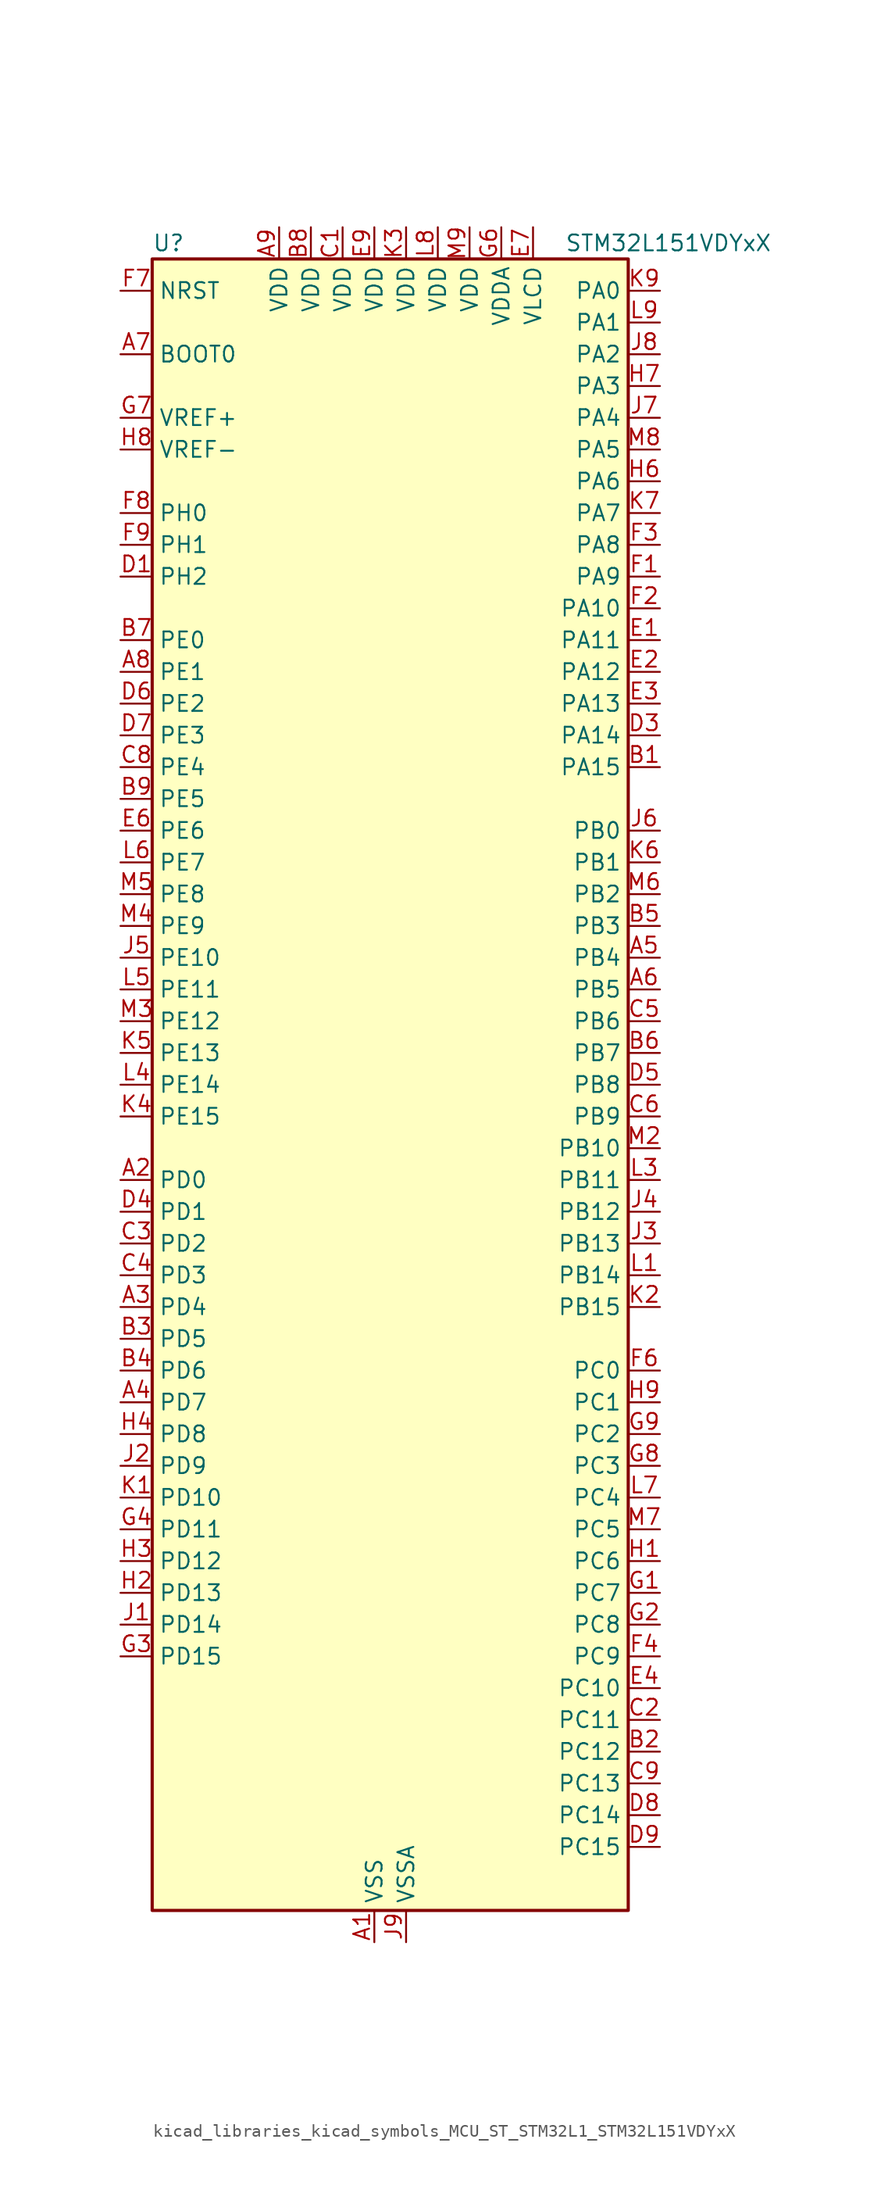
<source format=kicad_sym>
(kicad_symbol_lib
  (version 20220914)
  (generator kicad_symbol_editor)
  (symbol "kicad_libraries_kicad_symbols_MCU_ST_STM32L1_STM32L151VDYxX"
    (property "Reference" "U"
      (at -17.78 67.31 0)
      (effects (font (size 1.27 1.27)) (justify left)))
    (property "Value" "STM32L151VDYxX"
      (at 15.24 67.31 0)
      (effects (font (size 1.27 1.27)) (justify left)))
    (property "ki_locked" ""
      (at 0 0 0)
      (effects (font (size 1.27 1.27))))
    (symbol "kicad_libraries_kicad_symbols_MCU_ST_STM32L1_STM32L151VDYxX_0_1"
      (rectangle (start -17.78 -66.04) (end 20.32 66.04) (stroke (width 0.254) (type default)) (fill (type background))))
    (symbol "kicad_libraries_kicad_symbols_MCU_ST_STM32L1_STM32L151VDYxX_1_1"
      (pin power_in line (at 0 -68.58 90) (length 2.54) (name "VSS" (effects (font (size 1.27 1.27)))) (number "A1" (effects (font (size 1.27 1.27)))))
      (pin bidirectional line (at -20.32 -7.62 0) (length 2.54) (name "PD0" (effects (font (size 1.27 1.27)))) (number "A2" (effects (font (size 1.27 1.27)))) (alternate "I2S2_WS" bidirectional line) (alternate "SPI2_NSS" bidirectional line) (alternate "TIM9_CH1" bidirectional line) (alternate "TIMX_IC1" bidirectional line))
      (pin bidirectional line (at -20.32 -17.78 0) (length 2.54) (name "PD4" (effects (font (size 1.27 1.27)))) (number "A3" (effects (font (size 1.27 1.27)))) (alternate "I2S2_SD" bidirectional line) (alternate "SPI2_MOSI" bidirectional line) (alternate "TIMX_IC1" bidirectional line) (alternate "USART2_RTS" bidirectional line))
      (pin bidirectional line (at -20.32 -25.4 0) (length 2.54) (name "PD7" (effects (font (size 1.27 1.27)))) (number "A4" (effects (font (size 1.27 1.27)))) (alternate "TIM9_CH2" bidirectional line) (alternate "TIMX_IC4" bidirectional line) (alternate "USART2_CK" bidirectional line))
      (pin bidirectional line (at 22.86 10.16 180) (length 2.54) (name "PB4" (effects (font (size 1.27 1.27)))) (number "A5" (effects (font (size 1.27 1.27)))) (alternate "COMP2_INP" bidirectional line) (alternate "SPI1_MISO" bidirectional line) (alternate "SPI3_MISO" bidirectional line) (alternate "SYS_JTRST" bidirectional line) (alternate "TIM3_CH1" bidirectional line) (alternate "TS_G6_IO1" bidirectional line))
      (pin bidirectional line (at 22.86 7.62 180) (length 2.54) (name "PB5" (effects (font (size 1.27 1.27)))) (number "A6" (effects (font (size 1.27 1.27)))) (alternate "COMP2_INP" bidirectional line) (alternate "I2C1_SMBA" bidirectional line) (alternate "I2S3_SD" bidirectional line) (alternate "SPI1_MOSI" bidirectional line) (alternate "SPI3_MOSI" bidirectional line) (alternate "TIM3_CH2" bidirectional line) (alternate "TS_G6_IO2" bidirectional line))
      (pin input line (at -20.32 58.42 0) (length 2.54) (name "BOOT0" (effects (font (size 1.27 1.27)))) (number "A7" (effects (font (size 1.27 1.27)))))
      (pin bidirectional line (at -20.32 33.02 0) (length 2.54) (name "PE1" (effects (font (size 1.27 1.27)))) (number "A8" (effects (font (size 1.27 1.27)))) (alternate "TIM11_CH1" bidirectional line) (alternate "TIMX_IC2" bidirectional line))
      (pin power_in line (at -7.62 68.58 270) (length 2.54) (name "VDD" (effects (font (size 1.27 1.27)))) (number "A9" (effects (font (size 1.27 1.27)))))
      (pin bidirectional line (at 22.86 25.4 180) (length 2.54) (name "PA15" (effects (font (size 1.27 1.27)))) (number "B1" (effects (font (size 1.27 1.27)))) (alternate "ADC_EXTI15" bidirectional line) (alternate "I2S3_WS" bidirectional line) (alternate "SPI1_NSS" bidirectional line) (alternate "SPI3_NSS" bidirectional line) (alternate "SYS_JTDI" bidirectional line) (alternate "TIM2_CH1" bidirectional line) (alternate "TIM2_ETR" bidirectional line) (alternate "TIMX_IC4" bidirectional line) (alternate "TS_G5_IO3" bidirectional line))
      (pin bidirectional line (at 22.86 -53.34 180) (length 2.54) (name "PC12" (effects (font (size 1.27 1.27)))) (number "B2" (effects (font (size 1.27 1.27)))) (alternate "I2S3_SD" bidirectional line) (alternate "SPI3_MOSI" bidirectional line) (alternate "TIMX_IC1" bidirectional line) (alternate "UART5_TX" bidirectional line) (alternate "USART3_CK" bidirectional line))
      (pin bidirectional line (at -20.32 -20.32 0) (length 2.54) (name "PD5" (effects (font (size 1.27 1.27)))) (number "B3" (effects (font (size 1.27 1.27)))) (alternate "TIMX_IC2" bidirectional line) (alternate "USART2_TX" bidirectional line))
      (pin bidirectional line (at -20.32 -22.86 0) (length 2.54) (name "PD6" (effects (font (size 1.27 1.27)))) (number "B4" (effects (font (size 1.27 1.27)))) (alternate "TIMX_IC3" bidirectional line) (alternate "USART2_RX" bidirectional line))
      (pin bidirectional line (at 22.86 12.7 180) (length 2.54) (name "PB3" (effects (font (size 1.27 1.27)))) (number "B5" (effects (font (size 1.27 1.27)))) (alternate "COMP2_INM" bidirectional line) (alternate "I2S3_CK" bidirectional line) (alternate "SPI1_SCK" bidirectional line) (alternate "SPI3_SCK" bidirectional line) (alternate "SYS_JTDO-TRACESWO" bidirectional line) (alternate "TIM2_CH2" bidirectional line))
      (pin bidirectional line (at 22.86 2.54 180) (length 2.54) (name "PB7" (effects (font (size 1.27 1.27)))) (number "B6" (effects (font (size 1.27 1.27)))) (alternate "COMP2_INP" bidirectional line) (alternate "I2C1_SDA" bidirectional line) (alternate "SYS_PVD_IN" bidirectional line) (alternate "TIM4_CH2" bidirectional line) (alternate "TS_G6_IO4" bidirectional line) (alternate "USART1_RX" bidirectional line))
      (pin bidirectional line (at -20.32 35.56 0) (length 2.54) (name "PE0" (effects (font (size 1.27 1.27)))) (number "B7" (effects (font (size 1.27 1.27)))) (alternate "TIM10_CH1" bidirectional line) (alternate "TIM4_ETR" bidirectional line) (alternate "TIMX_IC1" bidirectional line))
      (pin power_in line (at -5.08 68.58 270) (length 2.54) (name "VDD" (effects (font (size 1.27 1.27)))) (number "B8" (effects (font (size 1.27 1.27)))))
      (pin bidirectional line (at -20.32 22.86 0) (length 2.54) (name "PE5" (effects (font (size 1.27 1.27)))) (number "B9" (effects (font (size 1.27 1.27)))) (alternate "SYS_TRACED2" bidirectional line) (alternate "TIM9_CH1" bidirectional line) (alternate "TIMX_IC2" bidirectional line))
      (pin power_in line (at -2.54 68.58 270) (length 2.54) (name "VDD" (effects (font (size 1.27 1.27)))) (number "C1" (effects (font (size 1.27 1.27)))))
      (pin bidirectional line (at 22.86 -50.8 180) (length 2.54) (name "PC11" (effects (font (size 1.27 1.27)))) (number "C2" (effects (font (size 1.27 1.27)))) (alternate "ADC_EXTI11" bidirectional line) (alternate "SPI3_MISO" bidirectional line) (alternate "TIMX_IC4" bidirectional line) (alternate "UART4_RX" bidirectional line) (alternate "USART3_RX" bidirectional line))
      (pin bidirectional line (at -20.32 -12.7 0) (length 2.54) (name "PD2" (effects (font (size 1.27 1.27)))) (number "C3" (effects (font (size 1.27 1.27)))) (alternate "TIM3_ETR" bidirectional line) (alternate "TIMX_IC3" bidirectional line) (alternate "UART5_RX" bidirectional line))
      (pin bidirectional line (at -20.32 -15.24 0) (length 2.54) (name "PD3" (effects (font (size 1.27 1.27)))) (number "C4" (effects (font (size 1.27 1.27)))) (alternate "SPI2_MISO" bidirectional line) (alternate "TIMX_IC4" bidirectional line) (alternate "USART2_CTS" bidirectional line))
      (pin bidirectional line (at 22.86 5.08 180) (length 2.54) (name "PB6" (effects (font (size 1.27 1.27)))) (number "C5" (effects (font (size 1.27 1.27)))) (alternate "COMP2_INP" bidirectional line) (alternate "I2C1_SCL" bidirectional line) (alternate "TIM4_CH1" bidirectional line) (alternate "TS_G6_IO3" bidirectional line) (alternate "USART1_TX" bidirectional line))
      (pin bidirectional line (at 22.86 -2.54 180) (length 2.54) (name "PB9" (effects (font (size 1.27 1.27)))) (number "C6" (effects (font (size 1.27 1.27)))) (alternate "DAC_EXTI9" bidirectional line) (alternate "I2C1_SDA" bidirectional line) (alternate "TIM11_CH1" bidirectional line) (alternate "TIM4_CH4" bidirectional line))
      (pin passive line (at 0 -68.58 90) (length 2.54) hide (name "VSS" (effects (font (size 1.27 1.27)))) (number "C7" (effects (font (size 1.27 1.27)))))
      (pin bidirectional line (at -20.32 25.4 0) (length 2.54) (name "PE4" (effects (font (size 1.27 1.27)))) (number "C8" (effects (font (size 1.27 1.27)))) (alternate "SYS_TRACED1" bidirectional line) (alternate "TIM3_CH2" bidirectional line) (alternate "TIMX_IC1" bidirectional line))
      (pin bidirectional line (at 22.86 -55.88 180) (length 2.54) (name "PC13" (effects (font (size 1.27 1.27)))) (number "C9" (effects (font (size 1.27 1.27)))) (alternate "RTC_OUT_ALARM" bidirectional line) (alternate "RTC_OUT_CALIB" bidirectional line) (alternate "RTC_TAMP1" bidirectional line) (alternate "RTC_TS" bidirectional line) (alternate "SYS_WKUP2" bidirectional line) (alternate "TIMX_IC2" bidirectional line))
      (pin bidirectional line (at -20.32 40.64 0) (length 2.54) (name "PH2" (effects (font (size 1.27 1.27)))) (number "D1" (effects (font (size 1.27 1.27)))))
      (pin passive line (at 0 -68.58 90) (length 2.54) hide (name "VSS" (effects (font (size 1.27 1.27)))) (number "D2" (effects (font (size 1.27 1.27)))))
      (pin bidirectional line (at 22.86 27.94 180) (length 2.54) (name "PA14" (effects (font (size 1.27 1.27)))) (number "D3" (effects (font (size 1.27 1.27)))) (alternate "SYS_JTCK-SWCLK" bidirectional line) (alternate "TIMX_IC3" bidirectional line) (alternate "TS_G5_IO2" bidirectional line))
      (pin bidirectional line (at -20.32 -10.16 0) (length 2.54) (name "PD1" (effects (font (size 1.27 1.27)))) (number "D4" (effects (font (size 1.27 1.27)))) (alternate "I2S2_CK" bidirectional line) (alternate "SPI2_SCK" bidirectional line) (alternate "TIMX_IC2" bidirectional line))
      (pin bidirectional line (at 22.86 0 180) (length 2.54) (name "PB8" (effects (font (size 1.27 1.27)))) (number "D5" (effects (font (size 1.27 1.27)))) (alternate "I2C1_SCL" bidirectional line) (alternate "TIM10_CH1" bidirectional line) (alternate "TIM4_CH3" bidirectional line))
      (pin bidirectional line (at -20.32 30.48 0) (length 2.54) (name "PE2" (effects (font (size 1.27 1.27)))) (number "D6" (effects (font (size 1.27 1.27)))) (alternate "SYS_TRACECK" bidirectional line) (alternate "TIM3_ETR" bidirectional line) (alternate "TIMX_IC3" bidirectional line))
      (pin bidirectional line (at -20.32 27.94 0) (length 2.54) (name "PE3" (effects (font (size 1.27 1.27)))) (number "D7" (effects (font (size 1.27 1.27)))) (alternate "SYS_TRACED0" bidirectional line) (alternate "TIM3_CH1" bidirectional line) (alternate "TIMX_IC4" bidirectional line))
      (pin bidirectional line (at 22.86 -58.42 180) (length 2.54) (name "PC14" (effects (font (size 1.27 1.27)))) (number "D8" (effects (font (size 1.27 1.27)))) (alternate "RCC_OSC32_IN" bidirectional line) (alternate "TIMX_IC3" bidirectional line))
      (pin bidirectional line (at 22.86 -60.96 180) (length 2.54) (name "PC15" (effects (font (size 1.27 1.27)))) (number "D9" (effects (font (size 1.27 1.27)))) (alternate "ADC_EXTI15" bidirectional line) (alternate "RCC_OSC32_OUT" bidirectional line) (alternate "TIMX_IC4" bidirectional line))
      (pin bidirectional line (at 22.86 35.56 180) (length 2.54) (name "PA11" (effects (font (size 1.27 1.27)))) (number "E1" (effects (font (size 1.27 1.27)))) (alternate "ADC_EXTI11" bidirectional line) (alternate "SPI1_MISO" bidirectional line) (alternate "TIMX_IC4" bidirectional line) (alternate "USART1_CTS" bidirectional line) (alternate "USB_DM" bidirectional line))
      (pin bidirectional line (at 22.86 33.02 180) (length 2.54) (name "PA12" (effects (font (size 1.27 1.27)))) (number "E2" (effects (font (size 1.27 1.27)))) (alternate "SPI1_MOSI" bidirectional line) (alternate "TIMX_IC1" bidirectional line) (alternate "USART1_RTS" bidirectional line) (alternate "USB_DP" bidirectional line))
      (pin bidirectional line (at 22.86 30.48 180) (length 2.54) (name "PA13" (effects (font (size 1.27 1.27)))) (number "E3" (effects (font (size 1.27 1.27)))) (alternate "SYS_JTMS-SWDIO" bidirectional line) (alternate "TIMX_IC2" bidirectional line) (alternate "TS_G5_IO1" bidirectional line))
      (pin bidirectional line (at 22.86 -48.26 180) (length 2.54) (name "PC10" (effects (font (size 1.27 1.27)))) (number "E4" (effects (font (size 1.27 1.27)))) (alternate "I2S3_CK" bidirectional line) (alternate "SPI3_SCK" bidirectional line) (alternate "TIMX_IC3" bidirectional line) (alternate "UART4_TX" bidirectional line) (alternate "USART3_TX" bidirectional line))
      (pin bidirectional line (at -20.32 20.32 0) (length 2.54) (name "PE6" (effects (font (size 1.27 1.27)))) (number "E6" (effects (font (size 1.27 1.27)))) (alternate "RTC_TAMP3" bidirectional line) (alternate "SYS_TRACED3" bidirectional line) (alternate "SYS_WKUP3" bidirectional line) (alternate "TIM9_CH2" bidirectional line) (alternate "TIMX_IC3" bidirectional line))
      (pin power_in line (at 12.7 68.58 270) (length 2.54) (name "VLCD" (effects (font (size 1.27 1.27)))) (number "E7" (effects (font (size 1.27 1.27)))))
      (pin passive line (at 0 -68.58 90) (length 2.54) hide (name "VSS" (effects (font (size 1.27 1.27)))) (number "E8" (effects (font (size 1.27 1.27)))))
      (pin power_in line (at 0 68.58 270) (length 2.54) (name "VDD" (effects (font (size 1.27 1.27)))) (number "E9" (effects (font (size 1.27 1.27)))))
      (pin bidirectional line (at 22.86 40.64 180) (length 2.54) (name "PA9" (effects (font (size 1.27 1.27)))) (number "F1" (effects (font (size 1.27 1.27)))) (alternate "DAC_EXTI9" bidirectional line) (alternate "TIMX_IC2" bidirectional line) (alternate "TS_G4_IO2" bidirectional line) (alternate "USART1_TX" bidirectional line))
      (pin bidirectional line (at 22.86 38.1 180) (length 2.54) (name "PA10" (effects (font (size 1.27 1.27)))) (number "F2" (effects (font (size 1.27 1.27)))) (alternate "TIMX_IC3" bidirectional line) (alternate "TS_G4_IO3" bidirectional line) (alternate "USART1_RX" bidirectional line))
      (pin bidirectional line (at 22.86 43.18 180) (length 2.54) (name "PA8" (effects (font (size 1.27 1.27)))) (number "F3" (effects (font (size 1.27 1.27)))) (alternate "RCC_MCO" bidirectional line) (alternate "TIMX_IC1" bidirectional line) (alternate "TS_G4_IO1" bidirectional line) (alternate "USART1_CK" bidirectional line))
      (pin bidirectional line (at 22.86 -45.72 180) (length 2.54) (name "PC9" (effects (font (size 1.27 1.27)))) (number "F4" (effects (font (size 1.27 1.27)))) (alternate "DAC_EXTI9" bidirectional line) (alternate "TIM3_CH4" bidirectional line) (alternate "TIMX_IC2" bidirectional line) (alternate "TS_G10_IO4" bidirectional line))
      (pin bidirectional line (at 22.86 -22.86 180) (length 2.54) (name "PC0" (effects (font (size 1.27 1.27)))) (number "F6" (effects (font (size 1.27 1.27)))) (alternate "ADC_IN10" bidirectional line) (alternate "COMP1_INP" bidirectional line) (alternate "TIMX_IC1" bidirectional line) (alternate "TS_G8_IO1" bidirectional line))
      (pin input line (at -20.32 63.5 0) (length 2.54) (name "NRST" (effects (font (size 1.27 1.27)))) (number "F7" (effects (font (size 1.27 1.27)))))
      (pin bidirectional line (at -20.32 45.72 0) (length 2.54) (name "PH0" (effects (font (size 1.27 1.27)))) (number "F8" (effects (font (size 1.27 1.27)))) (alternate "RCC_OSC_IN" bidirectional line))
      (pin bidirectional line (at -20.32 43.18 0) (length 2.54) (name "PH1" (effects (font (size 1.27 1.27)))) (number "F9" (effects (font (size 1.27 1.27)))) (alternate "RCC_OSC_OUT" bidirectional line))
      (pin bidirectional line (at 22.86 -40.64 180) (length 2.54) (name "PC7" (effects (font (size 1.27 1.27)))) (number "G1" (effects (font (size 1.27 1.27)))) (alternate "I2S3_MCK" bidirectional line) (alternate "TIM3_CH2" bidirectional line) (alternate "TIMX_IC4" bidirectional line) (alternate "TS_G10_IO2" bidirectional line))
      (pin bidirectional line (at 22.86 -43.18 180) (length 2.54) (name "PC8" (effects (font (size 1.27 1.27)))) (number "G2" (effects (font (size 1.27 1.27)))) (alternate "TIM3_CH3" bidirectional line) (alternate "TIMX_IC1" bidirectional line) (alternate "TS_G10_IO3" bidirectional line))
      (pin bidirectional line (at -20.32 -45.72 0) (length 2.54) (name "PD15" (effects (font (size 1.27 1.27)))) (number "G3" (effects (font (size 1.27 1.27)))) (alternate "ADC_EXTI15" bidirectional line) (alternate "TIM4_CH4" bidirectional line) (alternate "TIMX_IC4" bidirectional line))
      (pin bidirectional line (at -20.32 -35.56 0) (length 2.54) (name "PD11" (effects (font (size 1.27 1.27)))) (number "G4" (effects (font (size 1.27 1.27)))) (alternate "ADC_EXTI11" bidirectional line) (alternate "TIMX_IC4" bidirectional line) (alternate "USART3_CTS" bidirectional line))
      (pin power_in line (at 10.16 68.58 270) (length 2.54) (name "VDDA" (effects (font (size 1.27 1.27)))) (number "G6" (effects (font (size 1.27 1.27)))))
      (pin input line (at -20.32 53.34 0) (length 2.54) (name "VREF+" (effects (font (size 1.27 1.27)))) (number "G7" (effects (font (size 1.27 1.27)))))
      (pin bidirectional line (at 22.86 -30.48 180) (length 2.54) (name "PC3" (effects (font (size 1.27 1.27)))) (number "G8" (effects (font (size 1.27 1.27)))) (alternate "ADC_IN13" bidirectional line) (alternate "COMP1_INP" bidirectional line) (alternate "TIMX_IC4" bidirectional line) (alternate "TS_G8_IO4" bidirectional line))
      (pin bidirectional line (at 22.86 -27.94 180) (length 2.54) (name "PC2" (effects (font (size 1.27 1.27)))) (number "G9" (effects (font (size 1.27 1.27)))) (alternate "ADC_IN12" bidirectional line) (alternate "COMP1_INP" bidirectional line) (alternate "TIMX_IC3" bidirectional line) (alternate "TS_G8_IO3" bidirectional line))
      (pin bidirectional line (at 22.86 -38.1 180) (length 2.54) (name "PC6" (effects (font (size 1.27 1.27)))) (number "H1" (effects (font (size 1.27 1.27)))) (alternate "I2S2_MCK" bidirectional line) (alternate "TIM3_CH1" bidirectional line) (alternate "TIMX_IC3" bidirectional line) (alternate "TS_G10_IO1" bidirectional line))
      (pin bidirectional line (at -20.32 -40.64 0) (length 2.54) (name "PD13" (effects (font (size 1.27 1.27)))) (number "H2" (effects (font (size 1.27 1.27)))) (alternate "TIM4_CH2" bidirectional line) (alternate "TIMX_IC2" bidirectional line))
      (pin bidirectional line (at -20.32 -38.1 0) (length 2.54) (name "PD12" (effects (font (size 1.27 1.27)))) (number "H3" (effects (font (size 1.27 1.27)))) (alternate "TIM4_CH1" bidirectional line) (alternate "TIMX_IC1" bidirectional line) (alternate "USART3_RTS" bidirectional line))
      (pin bidirectional line (at -20.32 -27.94 0) (length 2.54) (name "PD8" (effects (font (size 1.27 1.27)))) (number "H4" (effects (font (size 1.27 1.27)))) (alternate "TIMX_IC1" bidirectional line) (alternate "USART3_TX" bidirectional line))
      (pin bidirectional line (at 22.86 48.26 180) (length 2.54) (name "PA6" (effects (font (size 1.27 1.27)))) (number "H6" (effects (font (size 1.27 1.27)))) (alternate "ADC_IN6" bidirectional line) (alternate "COMP1_INP" bidirectional line) (alternate "OPAMP2_VINP" bidirectional line) (alternate "SPI1_MISO" bidirectional line) (alternate "TIM10_CH1" bidirectional line) (alternate "TIM3_CH1" bidirectional line) (alternate "TIMX_IC3" bidirectional line) (alternate "TS_G2_IO1" bidirectional line))
      (pin bidirectional line (at 22.86 55.88 180) (length 2.54) (name "PA3" (effects (font (size 1.27 1.27)))) (number "H7" (effects (font (size 1.27 1.27)))) (alternate "ADC_IN3" bidirectional line) (alternate "COMP1_INP" bidirectional line) (alternate "OPAMP1_VOUT" bidirectional line) (alternate "TIM2_CH4" bidirectional line) (alternate "TIM5_CH4" bidirectional line) (alternate "TIM9_CH2" bidirectional line) (alternate "TIMX_IC4" bidirectional line) (alternate "TS_G1_IO4" bidirectional line) (alternate "USART2_RX" bidirectional line))
      (pin input line (at -20.32 50.8 0) (length 2.54) (name "VREF-" (effects (font (size 1.27 1.27)))) (number "H8" (effects (font (size 1.27 1.27)))))
      (pin bidirectional line (at 22.86 -25.4 180) (length 2.54) (name "PC1" (effects (font (size 1.27 1.27)))) (number "H9" (effects (font (size 1.27 1.27)))) (alternate "ADC_IN11" bidirectional line) (alternate "COMP1_INP" bidirectional line) (alternate "TIMX_IC2" bidirectional line) (alternate "TS_G8_IO2" bidirectional line))
      (pin bidirectional line (at -20.32 -43.18 0) (length 2.54) (name "PD14" (effects (font (size 1.27 1.27)))) (number "J1" (effects (font (size 1.27 1.27)))) (alternate "TIM4_CH3" bidirectional line) (alternate "TIMX_IC3" bidirectional line))
      (pin bidirectional line (at -20.32 -30.48 0) (length 2.54) (name "PD9" (effects (font (size 1.27 1.27)))) (number "J2" (effects (font (size 1.27 1.27)))) (alternate "DAC_EXTI9" bidirectional line) (alternate "TIMX_IC2" bidirectional line) (alternate "USART3_RX" bidirectional line))
      (pin bidirectional line (at 22.86 -12.7 180) (length 2.54) (name "PB13" (effects (font (size 1.27 1.27)))) (number "J3" (effects (font (size 1.27 1.27)))) (alternate "ADC_IN19" bidirectional line) (alternate "COMP1_INP" bidirectional line) (alternate "I2S2_CK" bidirectional line) (alternate "SPI2_SCK" bidirectional line) (alternate "TIM9_CH1" bidirectional line) (alternate "TS_G7_IO2" bidirectional line) (alternate "USART3_CTS" bidirectional line))
      (pin bidirectional line (at 22.86 -10.16 180) (length 2.54) (name "PB12" (effects (font (size 1.27 1.27)))) (number "J4" (effects (font (size 1.27 1.27)))) (alternate "ADC_IN18" bidirectional line) (alternate "COMP1_INP" bidirectional line) (alternate "I2C2_SMBA" bidirectional line) (alternate "I2S2_WS" bidirectional line) (alternate "SPI2_NSS" bidirectional line) (alternate "TIM10_CH1" bidirectional line) (alternate "TS_G7_IO1" bidirectional line) (alternate "USART3_CK" bidirectional line))
      (pin bidirectional line (at -20.32 10.16 0) (length 2.54) (name "PE10" (effects (font (size 1.27 1.27)))) (number "J5" (effects (font (size 1.27 1.27)))) (alternate "ADC_IN25" bidirectional line) (alternate "COMP1_INP" bidirectional line) (alternate "TIM2_CH2" bidirectional line) (alternate "TIMX_IC3" bidirectional line))
      (pin bidirectional line (at 22.86 20.32 180) (length 2.54) (name "PB0" (effects (font (size 1.27 1.27)))) (number "J6" (effects (font (size 1.27 1.27)))) (alternate "ADC_IN8" bidirectional line) (alternate "COMP1_INP" bidirectional line) (alternate "OPAMP2_VOUT" bidirectional line) (alternate "SYS_V_REF_OUT" bidirectional line) (alternate "TIM3_CH3" bidirectional line) (alternate "TS_G3_IO1" bidirectional line))
      (pin bidirectional line (at 22.86 53.34 180) (length 2.54) (name "PA4" (effects (font (size 1.27 1.27)))) (number "J7" (effects (font (size 1.27 1.27)))) (alternate "ADC_IN4" bidirectional line) (alternate "COMP1_INP" bidirectional line) (alternate "DAC_OUT1" bidirectional line) (alternate "I2S3_WS" bidirectional line) (alternate "SPI1_NSS" bidirectional line) (alternate "SPI3_NSS" bidirectional line) (alternate "TIMX_IC1" bidirectional line) (alternate "USART2_CK" bidirectional line))
      (pin bidirectional line (at 22.86 58.42 180) (length 2.54) (name "PA2" (effects (font (size 1.27 1.27)))) (number "J8" (effects (font (size 1.27 1.27)))) (alternate "ADC_IN2" bidirectional line) (alternate "COMP1_INP" bidirectional line) (alternate "OPAMP1_VINM" bidirectional line) (alternate "TIM2_CH3" bidirectional line) (alternate "TIM5_CH3" bidirectional line) (alternate "TIM9_CH1" bidirectional line) (alternate "TIMX_IC3" bidirectional line) (alternate "TS_G1_IO3" bidirectional line) (alternate "USART2_TX" bidirectional line))
      (pin power_in line (at 2.54 -68.58 90) (length 2.54) (name "VSSA" (effects (font (size 1.27 1.27)))) (number "J9" (effects (font (size 1.27 1.27)))))
      (pin bidirectional line (at -20.32 -33.02 0) (length 2.54) (name "PD10" (effects (font (size 1.27 1.27)))) (number "K1" (effects (font (size 1.27 1.27)))) (alternate "TIMX_IC3" bidirectional line) (alternate "USART3_CK" bidirectional line))
      (pin bidirectional line (at 22.86 -17.78 180) (length 2.54) (name "PB15" (effects (font (size 1.27 1.27)))) (number "K2" (effects (font (size 1.27 1.27)))) (alternate "ADC_EXTI15" bidirectional line) (alternate "ADC_IN21" bidirectional line) (alternate "COMP1_INP" bidirectional line) (alternate "I2S2_SD" bidirectional line) (alternate "RTC_REFIN" bidirectional line) (alternate "SPI2_MOSI" bidirectional line) (alternate "TIM11_CH1" bidirectional line) (alternate "TS_G7_IO4" bidirectional line))
      (pin power_in line (at 2.54 68.58 270) (length 2.54) (name "VDD" (effects (font (size 1.27 1.27)))) (number "K3" (effects (font (size 1.27 1.27)))))
      (pin bidirectional line (at -20.32 -2.54 0) (length 2.54) (name "PE15" (effects (font (size 1.27 1.27)))) (number "K4" (effects (font (size 1.27 1.27)))) (alternate "ADC_EXTI15" bidirectional line) (alternate "SPI1_MOSI" bidirectional line) (alternate "TIMX_IC4" bidirectional line))
      (pin bidirectional line (at -20.32 2.54 0) (length 2.54) (name "PE13" (effects (font (size 1.27 1.27)))) (number "K5" (effects (font (size 1.27 1.27)))) (alternate "SPI1_SCK" bidirectional line) (alternate "TIMX_IC2" bidirectional line))
      (pin bidirectional line (at 22.86 17.78 180) (length 2.54) (name "PB1" (effects (font (size 1.27 1.27)))) (number "K6" (effects (font (size 1.27 1.27)))) (alternate "ADC_IN9" bidirectional line) (alternate "COMP1_INP" bidirectional line) (alternate "SYS_V_REF_OUT" bidirectional line) (alternate "TIM3_CH4" bidirectional line) (alternate "TS_G3_IO2" bidirectional line))
      (pin bidirectional line (at 22.86 45.72 180) (length 2.54) (name "PA7" (effects (font (size 1.27 1.27)))) (number "K7" (effects (font (size 1.27 1.27)))) (alternate "ADC_IN7" bidirectional line) (alternate "COMP1_INP" bidirectional line) (alternate "OPAMP2_VINM" bidirectional line) (alternate "SPI1_MOSI" bidirectional line) (alternate "TIM11_CH1" bidirectional line) (alternate "TIM3_CH2" bidirectional line) (alternate "TIMX_IC4" bidirectional line) (alternate "TS_G2_IO2" bidirectional line))
      (pin passive line (at 0 -68.58 90) (length 2.54) hide (name "VSS" (effects (font (size 1.27 1.27)))) (number "K8" (effects (font (size 1.27 1.27)))))
      (pin bidirectional line (at 22.86 63.5 180) (length 2.54) (name "PA0" (effects (font (size 1.27 1.27)))) (number "K9" (effects (font (size 1.27 1.27)))) (alternate "ADC_IN0" bidirectional line) (alternate "COMP1_INP" bidirectional line) (alternate "RTC_TAMP2" bidirectional line) (alternate "SYS_WKUP1" bidirectional line) (alternate "TIM2_CH1" bidirectional line) (alternate "TIM2_ETR" bidirectional line) (alternate "TIM5_CH1" bidirectional line) (alternate "TIMX_IC1" bidirectional line) (alternate "TS_G1_IO1" bidirectional line) (alternate "USART2_CTS" bidirectional line))
      (pin bidirectional line (at 22.86 -15.24 180) (length 2.54) (name "PB14" (effects (font (size 1.27 1.27)))) (number "L1" (effects (font (size 1.27 1.27)))) (alternate "ADC_IN20" bidirectional line) (alternate "COMP1_INP" bidirectional line) (alternate "SPI2_MISO" bidirectional line) (alternate "TIM9_CH2" bidirectional line) (alternate "TS_G7_IO3" bidirectional line) (alternate "USART3_RTS" bidirectional line))
      (pin passive line (at 0 -68.58 90) (length 2.54) hide (name "VSS" (effects (font (size 1.27 1.27)))) (number "L2" (effects (font (size 1.27 1.27)))))
      (pin bidirectional line (at 22.86 -7.62 180) (length 2.54) (name "PB11" (effects (font (size 1.27 1.27)))) (number "L3" (effects (font (size 1.27 1.27)))) (alternate "ADC_EXTI11" bidirectional line) (alternate "I2C2_SDA" bidirectional line) (alternate "TIM2_CH4" bidirectional line) (alternate "USART3_RX" bidirectional line))
      (pin bidirectional line (at -20.32 0 0) (length 2.54) (name "PE14" (effects (font (size 1.27 1.27)))) (number "L4" (effects (font (size 1.27 1.27)))) (alternate "SPI1_MISO" bidirectional line) (alternate "TIMX_IC3" bidirectional line))
      (pin bidirectional line (at -20.32 7.62 0) (length 2.54) (name "PE11" (effects (font (size 1.27 1.27)))) (number "L5" (effects (font (size 1.27 1.27)))) (alternate "ADC_EXTI11" bidirectional line) (alternate "TIM2_CH3" bidirectional line) (alternate "TIMX_IC4" bidirectional line))
      (pin bidirectional line (at -20.32 17.78 0) (length 2.54) (name "PE7" (effects (font (size 1.27 1.27)))) (number "L6" (effects (font (size 1.27 1.27)))) (alternate "ADC_IN22" bidirectional line) (alternate "COMP1_INP" bidirectional line) (alternate "TIMX_IC4" bidirectional line))
      (pin bidirectional line (at 22.86 -33.02 180) (length 2.54) (name "PC4" (effects (font (size 1.27 1.27)))) (number "L7" (effects (font (size 1.27 1.27)))) (alternate "ADC_IN14" bidirectional line) (alternate "COMP1_INP" bidirectional line) (alternate "TIMX_IC1" bidirectional line) (alternate "TS_G9_IO1" bidirectional line))
      (pin power_in line (at 5.08 68.58 270) (length 2.54) (name "VDD" (effects (font (size 1.27 1.27)))) (number "L8" (effects (font (size 1.27 1.27)))))
      (pin bidirectional line (at 22.86 60.96 180) (length 2.54) (name "PA1" (effects (font (size 1.27 1.27)))) (number "L9" (effects (font (size 1.27 1.27)))) (alternate "ADC_IN1" bidirectional line) (alternate "COMP1_INP" bidirectional line) (alternate "OPAMP1_VINP" bidirectional line) (alternate "TIM2_CH2" bidirectional line) (alternate "TIM5_CH2" bidirectional line) (alternate "TIMX_IC2" bidirectional line) (alternate "TS_G1_IO2" bidirectional line) (alternate "USART2_RTS" bidirectional line))
      (pin passive line (at 0 -68.58 90) (length 2.54) hide (name "VSS" (effects (font (size 1.27 1.27)))) (number "M1" (effects (font (size 1.27 1.27)))))
      (pin bidirectional line (at 22.86 -5.08 180) (length 2.54) (name "PB10" (effects (font (size 1.27 1.27)))) (number "M2" (effects (font (size 1.27 1.27)))) (alternate "I2C2_SCL" bidirectional line) (alternate "TIM2_CH3" bidirectional line) (alternate "USART3_TX" bidirectional line))
      (pin bidirectional line (at -20.32 5.08 0) (length 2.54) (name "PE12" (effects (font (size 1.27 1.27)))) (number "M3" (effects (font (size 1.27 1.27)))) (alternate "SPI1_NSS" bidirectional line) (alternate "TIM2_CH4" bidirectional line) (alternate "TIMX_IC1" bidirectional line))
      (pin bidirectional line (at -20.32 12.7 0) (length 2.54) (name "PE9" (effects (font (size 1.27 1.27)))) (number "M4" (effects (font (size 1.27 1.27)))) (alternate "ADC_IN24" bidirectional line) (alternate "COMP1_INP" bidirectional line) (alternate "DAC_EXTI9" bidirectional line) (alternate "TIM2_CH1" bidirectional line) (alternate "TIM2_ETR" bidirectional line) (alternate "TIMX_IC2" bidirectional line))
      (pin bidirectional line (at -20.32 15.24 0) (length 2.54) (name "PE8" (effects (font (size 1.27 1.27)))) (number "M5" (effects (font (size 1.27 1.27)))) (alternate "ADC_IN23" bidirectional line) (alternate "COMP1_INP" bidirectional line) (alternate "TIMX_IC1" bidirectional line))
      (pin bidirectional line (at 22.86 15.24 180) (length 2.54) (name "PB2" (effects (font (size 1.27 1.27)))) (number "M6" (effects (font (size 1.27 1.27)))) (alternate "ADC_IN0b" bidirectional line) (alternate "TS_G3_IO3" bidirectional line))
      (pin bidirectional line (at 22.86 -35.56 180) (length 2.54) (name "PC5" (effects (font (size 1.27 1.27)))) (number "M7" (effects (font (size 1.27 1.27)))) (alternate "ADC_IN15" bidirectional line) (alternate "COMP1_INP" bidirectional line) (alternate "TIMX_IC2" bidirectional line) (alternate "TS_G9_IO2" bidirectional line))
      (pin bidirectional line (at 22.86 50.8 180) (length 2.54) (name "PA5" (effects (font (size 1.27 1.27)))) (number "M8" (effects (font (size 1.27 1.27)))) (alternate "ADC_IN5" bidirectional line) (alternate "COMP1_INP" bidirectional line) (alternate "DAC_OUT2" bidirectional line) (alternate "SPI1_SCK" bidirectional line) (alternate "TIM2_CH1" bidirectional line) (alternate "TIM2_ETR" bidirectional line) (alternate "TIMX_IC2" bidirectional line))
      (pin power_in line (at 7.62 68.58 270) (length 2.54) (name "VDD" (effects (font (size 1.27 1.27)))) (number "M9" (effects (font (size 1.27 1.27))))))))
</source>
